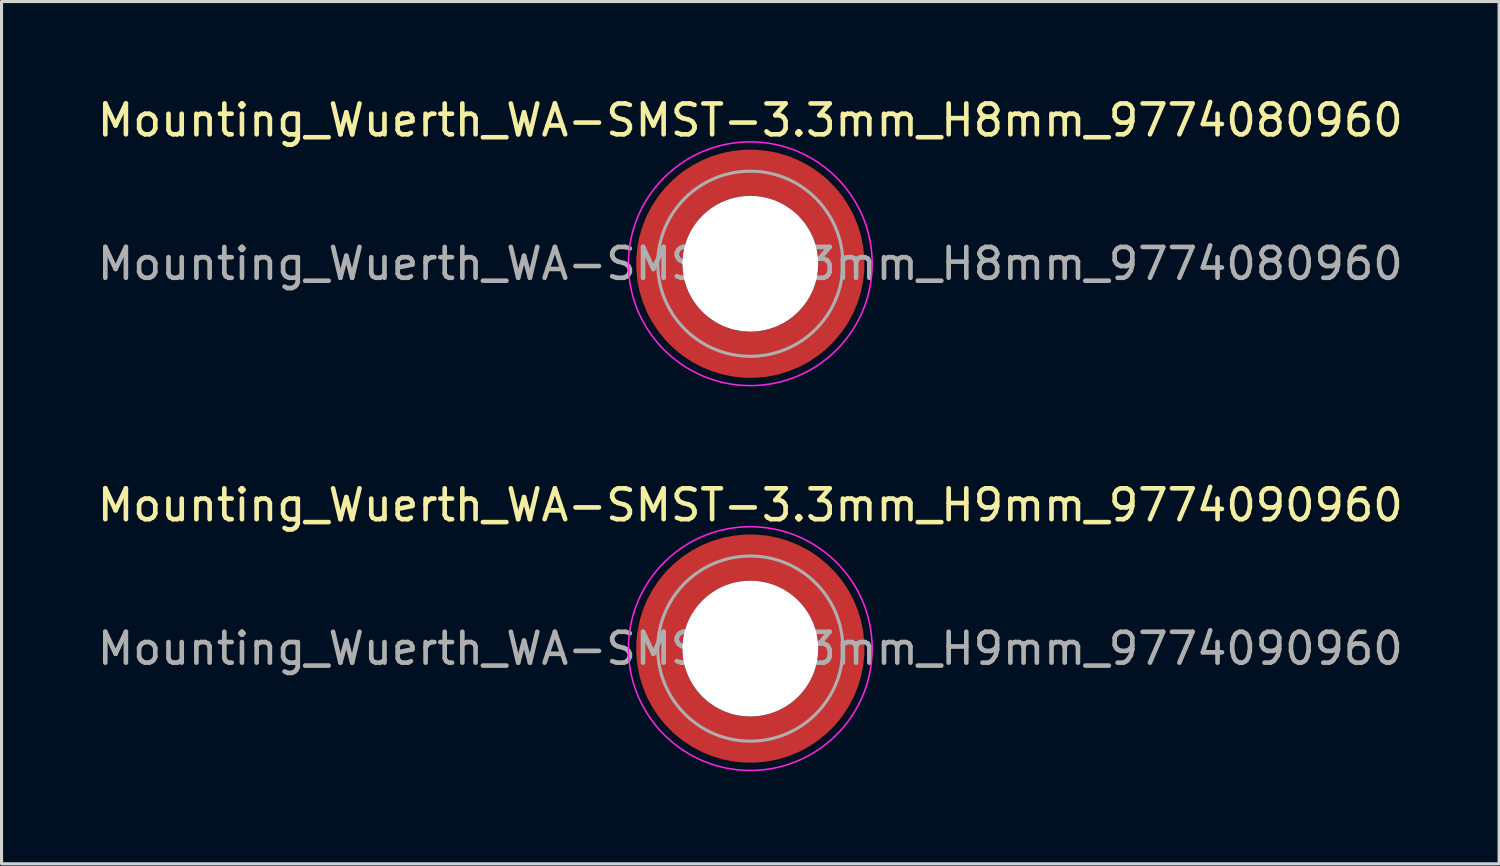
<source format=kicad_pcb>
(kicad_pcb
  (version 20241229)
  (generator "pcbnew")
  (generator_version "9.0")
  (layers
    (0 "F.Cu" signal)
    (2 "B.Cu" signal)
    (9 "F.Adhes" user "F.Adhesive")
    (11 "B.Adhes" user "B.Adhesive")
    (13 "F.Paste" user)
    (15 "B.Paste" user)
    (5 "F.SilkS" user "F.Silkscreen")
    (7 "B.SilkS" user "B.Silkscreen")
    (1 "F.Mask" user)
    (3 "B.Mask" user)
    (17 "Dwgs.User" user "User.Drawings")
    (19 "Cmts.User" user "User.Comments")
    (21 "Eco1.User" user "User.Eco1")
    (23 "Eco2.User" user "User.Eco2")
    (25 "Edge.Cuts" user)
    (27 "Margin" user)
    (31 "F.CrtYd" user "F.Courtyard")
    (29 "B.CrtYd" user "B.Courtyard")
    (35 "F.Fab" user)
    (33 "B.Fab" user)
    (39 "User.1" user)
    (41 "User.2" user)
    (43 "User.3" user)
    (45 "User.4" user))
  (footprint "Mounting_Wuerth_WA-SMST-3.3mm_H9mm_9774090960"
    (layer "F.Cu")
    (at 21.268 17.971)
    (property "Reference" "Mounting_Wuerth_WA-SMST-3.3mm_H9mm_9774090960" (at 0 -4.65 0) (layer "F.SilkS") (effects (font (size 1 1) (thickness 0.15))))
    (attr smd)
    (fp_circle (center 0 0) (end 3.95 0) (stroke (width 0.05) (type solid)) (fill no) (layer "F.CrtYd"))
    (fp_circle (center 0 0) (end 3 0) (stroke (width 0.1) (type solid)) (fill no) (layer "F.Fab"))
    (fp_text user "${REFERENCE}" (at 0 0 0) (layer "F.Fab") (effects (font (size 1 1) (thickness 0.15))))
    (pad "" smd custom (at -2.058 -2.058) (size 0.7 0.7) (layers "F.Paste") (options (anchor circle)) (primitives (gr_arc (start -0.377294 1.707681) (mid 0.318198 0.318198) (end 1.707681 -0.377294) (width 0.2)) (gr_arc (start -0.478281 1.707681) (mid 0.247487 0.247487) (end 1.707681 -0.478281) (width 0.2)) (gr_arc (start -0.579192 1.707681) (mid 0.176777 0.176777) (end 1.707681 -0.579192) (width 0.2)) (gr_arc (start -0.680037 1.707681) (mid 0.106066 0.106066) (end 1.707681 -0.680037) (width 0.2)) (gr_arc (start -0.780822 1.707681) (mid 0.035356 0.035356) (end 1.707681 -0.780822) (width 0.2)) (gr_arc (start -0.881554 1.707681) (mid -0.035355 -0.035355) (end 1.707681 -0.881554) (width 0.2)) (gr_arc (start -0.982237 1.707681) (mid -0.106066 -0.106066) (end 1.707681 -0.982237) (width 0.2)) (gr_arc (start -1.082877 1.707681) (mid -0.176777 -0.176777) (end 1.707681 -1.082877) (width 0.2)) (gr_arc (start -1.183476 1.707681) (mid -0.247487 -0.247487) (end 1.707681 -1.183476) (width 0.2)) (gr_arc (start -1.28404 1.707681) (mid -0.318198 -0.318198) (end 1.707681 -1.28404) (width 0.2)) (gr_line (start 1.708 -0.377) (end 1.708 -1.284) (width 0.2)) (gr_line (start -0.377 1.708) (end -1.284 1.708) (width 0.2))))
    (pad "" smd custom (at -2.058 2.058) (size 0.7 0.7) (layers "F.Paste") (options (anchor circle)) (primitives (gr_arc (start 1.707681 0.377294) (mid 0.318198 -0.318198) (end -0.377294 -1.707681) (width 0.2)) (gr_arc (start 1.707681 0.478281) (mid 0.247487 -0.247487) (end -0.478281 -1.707681) (width 0.2)) (gr_arc (start 1.707681 0.579192) (mid 0.176777 -0.176777) (end -0.579192 -1.707681) (width 0.2)) (gr_arc (start 1.707681 0.680037) (mid 0.106066 -0.106066) (end -0.680037 -1.707681) (width 0.2)) (gr_arc (start 1.707681 0.780822) (mid 0.035356 -0.035356) (end -0.780822 -1.707681) (width 0.2)) (gr_arc (start 1.707681 0.881554) (mid -0.035355 0.035355) (end -0.881554 -1.707681) (width 0.2)) (gr_arc (start 1.707681 0.982237) (mid -0.106066 0.106066) (end -0.982237 -1.707681) (width 0.2)) (gr_arc (start 1.707681 1.082877) (mid -0.176777 0.176777) (end -1.082877 -1.707681) (width 0.2)) (gr_arc (start 1.707681 1.183476) (mid -0.247487 0.247487) (end -1.183476 -1.707681) (width 0.2)) (gr_arc (start 1.707681 1.28404) (mid -0.318198 0.318198) (end -1.28404 -1.707681) (width 0.2)) (gr_line (start -0.377 -1.708) (end -1.284 -1.708) (width 0.2)) (gr_line (start 1.708 0.377) (end 1.708 1.284) (width 0.2))))
    (pad "" np_thru_hole circle (at 0 0) (size 4.4 4.4) (drill 4.4) (layers "*.Cu" "*.Mask"))
    (pad "" smd custom (at 2.058 -2.058) (size 0.7 0.7) (layers "F.Paste") (options (anchor circle)) (primitives (gr_arc (start -1.707681 -0.377294) (mid -0.318198 0.318198) (end 0.377294 1.707681) (width 0.2)) (gr_arc (start -1.707681 -0.478281) (mid -0.247487 0.247487) (end 0.478281 1.707681) (width 0.2)) (gr_arc (start -1.707681 -0.579192) (mid -0.176777 0.176777) (end 0.579192 1.707681) (width 0.2)) (gr_arc (start -1.707681 -0.680037) (mid -0.106066 0.106066) (end 0.680037 1.707681) (width 0.2)) (gr_arc (start -1.707681 -0.780822) (mid -0.035356 0.035356) (end 0.780822 1.707681) (width 0.2)) (gr_arc (start -1.707681 -0.881554) (mid 0.035355 -0.035355) (end 0.881554 1.707681) (width 0.2)) (gr_arc (start -1.707681 -0.982237) (mid 0.106066 -0.106066) (end 0.982237 1.707681) (width 0.2)) (gr_arc (start -1.707681 -1.082877) (mid 0.176777 -0.176777) (end 1.082877 1.707681) (width 0.2)) (gr_arc (start -1.707681 -1.183476) (mid 0.247487 -0.247487) (end 1.183476 1.707681) (width 0.2)) (gr_arc (start -1.707681 -1.28404) (mid 0.318198 -0.318198) (end 1.28404 1.707681) (width 0.2)) (gr_line (start 0.377 1.708) (end 1.284 1.708) (width 0.2)) (gr_line (start -1.708 -0.377) (end -1.708 -1.284) (width 0.2))))
    (pad "" smd custom (at 2.058 2.058) (size 0.7 0.7) (layers "F.Paste") (options (anchor circle)) (primitives (gr_arc (start 0.377294 -1.707681) (mid -0.318198 -0.318198) (end -1.707681 0.377294) (width 0.2)) (gr_arc (start 0.478281 -1.707681) (mid -0.247487 -0.247487) (end -1.707681 0.478281) (width 0.2)) (gr_arc (start 0.579192 -1.707681) (mid -0.176777 -0.176777) (end -1.707681 0.579192) (width 0.2)) (gr_arc (start 0.680037 -1.707681) (mid -0.106066 -0.106066) (end -1.707681 0.680037) (width 0.2)) (gr_arc (start 0.780822 -1.707681) (mid -0.035356 -0.035356) (end -1.707681 0.780822) (width 0.2)) (gr_arc (start 0.881554 -1.707681) (mid 0.035355 0.035355) (end -1.707681 0.881554) (width 0.2)) (gr_arc (start 0.982237 -1.707681) (mid 0.106066 0.106066) (end -1.707681 0.982237) (width 0.2)) (gr_arc (start 1.082877 -1.707681) (mid 0.176777 0.176777) (end -1.707681 1.082877) (width 0.2)) (gr_arc (start 1.183476 -1.707681) (mid 0.247487 0.247487) (end -1.707681 1.183476) (width 0.2)) (gr_arc (start 1.28404 -1.707681) (mid 0.318198 0.318198) (end -1.707681 1.28404) (width 0.2)) (gr_line (start -1.708 0.377) (end -1.708 1.284) (width 0.2)) (gr_line (start 0.377 -1.708) (end 1.284 -1.708) (width 0.2))))
    (pad "1" smd circle (at -2.95 0) (size 1.1 1.1) (layers "F.Cu"))
    (pad "1" smd circle (at 0 -2.95) (size 1.1 1.1) (layers "F.Cu"))
    (pad "1" smd circle (at 0 2.95) (size 1.1 1.1) (layers "F.Cu"))
    (pad "1" smd custom (at 2.95 0) (size 1.1 1.1) (layers "F.Cu" "F.Mask") (options (anchor circle)) (primitives (gr_circle (center -2.95 0) (end 0 0) (width 1.5) (fill no)))))
  (footprint "Mounting_Wuerth_WA-SMST-3.3mm_H8mm_9774080960"
    (layer "F.Cu")
    (at 21.268 5.498)
    (property "Reference" "Mounting_Wuerth_WA-SMST-3.3mm_H8mm_9774080960" (at 0 -4.65 0) (layer "F.SilkS") (effects (font (size 1 1) (thickness 0.15))))
    (attr smd)
    (fp_circle (center 0 0) (end 3.95 0) (stroke (width 0.05) (type solid)) (fill no) (layer "F.CrtYd"))
    (fp_circle (center 0 0) (end 3 0) (stroke (width 0.1) (type solid)) (fill no) (layer "F.Fab"))
    (fp_text user "${REFERENCE}" (at 0 0 0) (layer "F.Fab") (effects (font (size 1 1) (thickness 0.15))))
    (pad "" smd custom (at -2.058 -2.058) (size 0.7 0.7) (layers "F.Paste") (options (anchor circle)) (primitives (gr_arc (start -0.377294 1.707681) (mid 0.318198 0.318198) (end 1.707681 -0.377294) (width 0.2)) (gr_arc (start -0.478281 1.707681) (mid 0.247487 0.247487) (end 1.707681 -0.478281) (width 0.2)) (gr_arc (start -0.579192 1.707681) (mid 0.176777 0.176777) (end 1.707681 -0.579192) (width 0.2)) (gr_arc (start -0.680037 1.707681) (mid 0.106066 0.106066) (end 1.707681 -0.680037) (width 0.2)) (gr_arc (start -0.780822 1.707681) (mid 0.035356 0.035356) (end 1.707681 -0.780822) (width 0.2)) (gr_arc (start -0.881554 1.707681) (mid -0.035355 -0.035355) (end 1.707681 -0.881554) (width 0.2)) (gr_arc (start -0.982237 1.707681) (mid -0.106066 -0.106066) (end 1.707681 -0.982237) (width 0.2)) (gr_arc (start -1.082877 1.707681) (mid -0.176777 -0.176777) (end 1.707681 -1.082877) (width 0.2)) (gr_arc (start -1.183476 1.707681) (mid -0.247487 -0.247487) (end 1.707681 -1.183476) (width 0.2)) (gr_arc (start -1.28404 1.707681) (mid -0.318198 -0.318198) (end 1.707681 -1.28404) (width 0.2)) (gr_line (start 1.708 -0.377) (end 1.708 -1.284) (width 0.2)) (gr_line (start -0.377 1.708) (end -1.284 1.708) (width 0.2))))
    (pad "" smd custom (at -2.058 2.058) (size 0.7 0.7) (layers "F.Paste") (options (anchor circle)) (primitives (gr_arc (start 1.707681 0.377294) (mid 0.318198 -0.318198) (end -0.377294 -1.707681) (width 0.2)) (gr_arc (start 1.707681 0.478281) (mid 0.247487 -0.247487) (end -0.478281 -1.707681) (width 0.2)) (gr_arc (start 1.707681 0.579192) (mid 0.176777 -0.176777) (end -0.579192 -1.707681) (width 0.2)) (gr_arc (start 1.707681 0.680037) (mid 0.106066 -0.106066) (end -0.680037 -1.707681) (width 0.2)) (gr_arc (start 1.707681 0.780822) (mid 0.035356 -0.035356) (end -0.780822 -1.707681) (width 0.2)) (gr_arc (start 1.707681 0.881554) (mid -0.035355 0.035355) (end -0.881554 -1.707681) (width 0.2)) (gr_arc (start 1.707681 0.982237) (mid -0.106066 0.106066) (end -0.982237 -1.707681) (width 0.2)) (gr_arc (start 1.707681 1.082877) (mid -0.176777 0.176777) (end -1.082877 -1.707681) (width 0.2)) (gr_arc (start 1.707681 1.183476) (mid -0.247487 0.247487) (end -1.183476 -1.707681) (width 0.2)) (gr_arc (start 1.707681 1.28404) (mid -0.318198 0.318198) (end -1.28404 -1.707681) (width 0.2)) (gr_line (start -0.377 -1.708) (end -1.284 -1.708) (width 0.2)) (gr_line (start 1.708 0.377) (end 1.708 1.284) (width 0.2))))
    (pad "" np_thru_hole circle (at 0 0) (size 4.4 4.4) (drill 4.4) (layers "*.Cu" "*.Mask"))
    (pad "" smd custom (at 2.058 -2.058) (size 0.7 0.7) (layers "F.Paste") (options (anchor circle)) (primitives (gr_arc (start -1.707681 -0.377294) (mid -0.318198 0.318198) (end 0.377294 1.707681) (width 0.2)) (gr_arc (start -1.707681 -0.478281) (mid -0.247487 0.247487) (end 0.478281 1.707681) (width 0.2)) (gr_arc (start -1.707681 -0.579192) (mid -0.176777 0.176777) (end 0.579192 1.707681) (width 0.2)) (gr_arc (start -1.707681 -0.680037) (mid -0.106066 0.106066) (end 0.680037 1.707681) (width 0.2)) (gr_arc (start -1.707681 -0.780822) (mid -0.035356 0.035356) (end 0.780822 1.707681) (width 0.2)) (gr_arc (start -1.707681 -0.881554) (mid 0.035355 -0.035355) (end 0.881554 1.707681) (width 0.2)) (gr_arc (start -1.707681 -0.982237) (mid 0.106066 -0.106066) (end 0.982237 1.707681) (width 0.2)) (gr_arc (start -1.707681 -1.082877) (mid 0.176777 -0.176777) (end 1.082877 1.707681) (width 0.2)) (gr_arc (start -1.707681 -1.183476) (mid 0.247487 -0.247487) (end 1.183476 1.707681) (width 0.2)) (gr_arc (start -1.707681 -1.28404) (mid 0.318198 -0.318198) (end 1.28404 1.707681) (width 0.2)) (gr_line (start 0.377 1.708) (end 1.284 1.708) (width 0.2)) (gr_line (start -1.708 -0.377) (end -1.708 -1.284) (width 0.2))))
    (pad "" smd custom (at 2.058 2.058) (size 0.7 0.7) (layers "F.Paste") (options (anchor circle)) (primitives (gr_arc (start 0.377294 -1.707681) (mid -0.318198 -0.318198) (end -1.707681 0.377294) (width 0.2)) (gr_arc (start 0.478281 -1.707681) (mid -0.247487 -0.247487) (end -1.707681 0.478281) (width 0.2)) (gr_arc (start 0.579192 -1.707681) (mid -0.176777 -0.176777) (end -1.707681 0.579192) (width 0.2)) (gr_arc (start 0.680037 -1.707681) (mid -0.106066 -0.106066) (end -1.707681 0.680037) (width 0.2)) (gr_arc (start 0.780822 -1.707681) (mid -0.035356 -0.035356) (end -1.707681 0.780822) (width 0.2)) (gr_arc (start 0.881554 -1.707681) (mid 0.035355 0.035355) (end -1.707681 0.881554) (width 0.2)) (gr_arc (start 0.982237 -1.707681) (mid 0.106066 0.106066) (end -1.707681 0.982237) (width 0.2)) (gr_arc (start 1.082877 -1.707681) (mid 0.176777 0.176777) (end -1.707681 1.082877) (width 0.2)) (gr_arc (start 1.183476 -1.707681) (mid 0.247487 0.247487) (end -1.707681 1.183476) (width 0.2)) (gr_arc (start 1.28404 -1.707681) (mid 0.318198 0.318198) (end -1.707681 1.28404) (width 0.2)) (gr_line (start -1.708 0.377) (end -1.708 1.284) (width 0.2)) (gr_line (start 0.377 -1.708) (end 1.284 -1.708) (width 0.2))))
    (pad "1" smd circle (at -2.95 0) (size 1.1 1.1) (layers "F.Cu"))
    (pad "1" smd circle (at 0 -2.95) (size 1.1 1.1) (layers "F.Cu"))
    (pad "1" smd circle (at 0 2.95) (size 1.1 1.1) (layers "F.Cu"))
    (pad "1" smd custom (at 2.95 0) (size 1.1 1.1) (layers "F.Cu" "F.Mask") (options (anchor circle)) (primitives (gr_circle (center -2.95 0) (end 0 0) (width 1.5) (fill no)))))
  (gr_rect
    (start -3 -3)
    (end 45.536 24.947)
    (stroke (width 0.1) (type default))
    (fill no)
    (layer "Edge.Cuts")))
</source>
